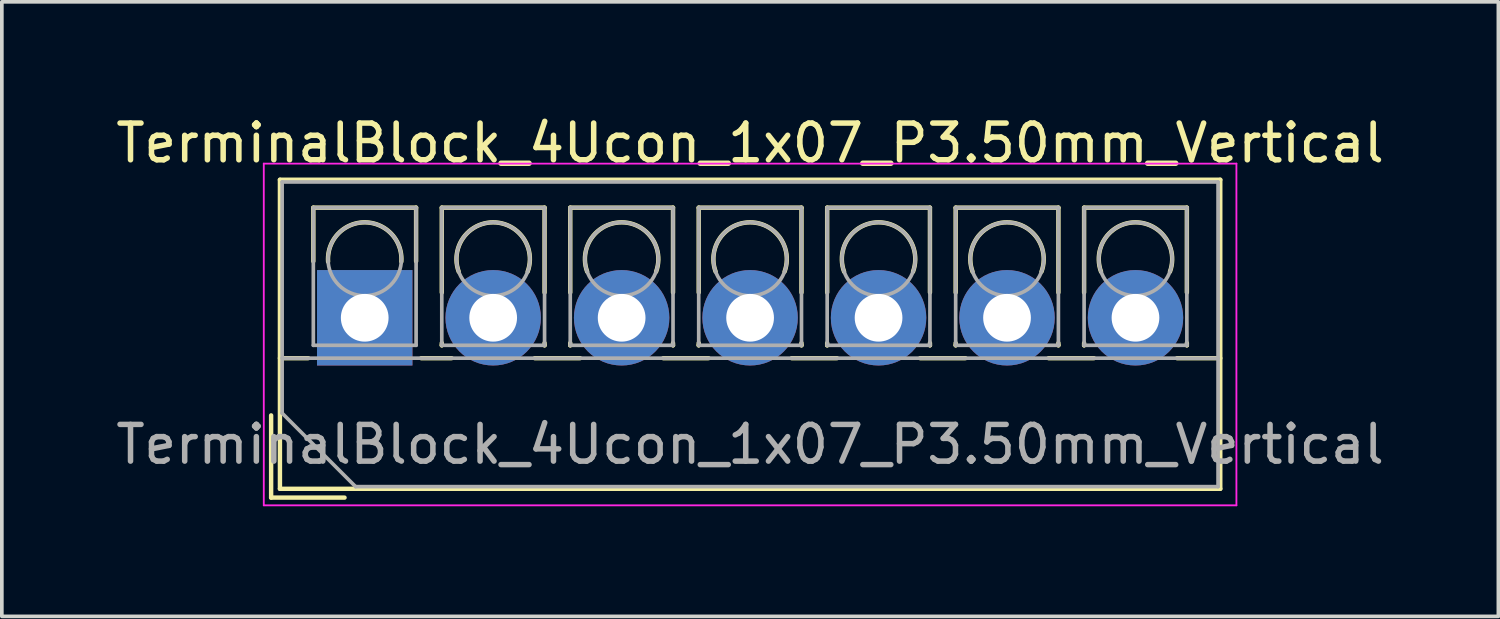
<source format=kicad_pcb>
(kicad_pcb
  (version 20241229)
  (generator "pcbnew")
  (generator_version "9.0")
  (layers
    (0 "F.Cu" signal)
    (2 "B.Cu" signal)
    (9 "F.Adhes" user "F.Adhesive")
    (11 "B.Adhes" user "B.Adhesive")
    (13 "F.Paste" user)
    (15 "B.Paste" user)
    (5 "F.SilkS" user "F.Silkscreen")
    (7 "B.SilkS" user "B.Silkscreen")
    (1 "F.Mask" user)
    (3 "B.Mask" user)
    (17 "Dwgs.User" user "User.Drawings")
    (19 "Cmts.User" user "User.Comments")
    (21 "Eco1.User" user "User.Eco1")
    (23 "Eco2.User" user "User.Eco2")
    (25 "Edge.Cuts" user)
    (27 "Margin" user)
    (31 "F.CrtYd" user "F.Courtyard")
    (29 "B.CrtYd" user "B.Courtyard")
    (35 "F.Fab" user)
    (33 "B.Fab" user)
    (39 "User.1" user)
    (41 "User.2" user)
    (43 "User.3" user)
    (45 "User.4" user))
  (footprint "TerminalBlock_4Ucon_1x07_P3.50mm_Vertical"
    (layer "F.Cu")
    (at 6.887 5.608)
    (property "Reference" "TerminalBlock_4Ucon_1x07_P3.50mm_Vertical" (at 10.5 -4.76 0) (layer "F.SilkS") (effects (font (size 1 1) (thickness 0.15))))
    (attr through_hole)
    (fp_line (start -2.55 2.66) (end -2.55 4.9) (stroke (width 0.12) (type solid)) (layer "F.SilkS"))
    (fp_line (start -2.55 4.9) (end -0.55 4.9) (stroke (width 0.12) (type solid)) (layer "F.SilkS"))
    (fp_line (start -2.31 -3.76) (end -2.31 4.66) (stroke (width 0.12) (type solid)) (layer "F.SilkS"))
    (fp_line (start -2.31 -3.76) (end 23.31 -3.76) (stroke (width 0.12) (type solid)) (layer "F.SilkS"))
    (fp_line (start -2.31 1.101) (end -1.54 1.101) (stroke (width 0.12) (type solid)) (layer "F.SilkS"))
    (fp_line (start -2.31 4.66) (end 23.31 4.66) (stroke (width 0.12) (type solid)) (layer "F.SilkS"))
    (fp_line (start -1.4 -3) (end -1.4 -1.54) (stroke (width 0.12) (type solid)) (layer "F.SilkS"))
    (fp_line (start -1.4 -3) (end 1.4 -3) (stroke (width 0.12) (type solid)) (layer "F.SilkS"))
    (fp_line (start 1.4 -3) (end 1.4 -1.54) (stroke (width 0.12) (type solid)) (layer "F.SilkS"))
    (fp_line (start 1.54 1.101) (end 2.367 1.101) (stroke (width 0.12) (type solid)) (layer "F.SilkS"))
    (fp_line (start 2.1 -3) (end 2.1 -0.689) (stroke (width 0.12) (type solid)) (layer "F.SilkS"))
    (fp_line (start 2.1 -3) (end 4.9 -3) (stroke (width 0.12) (type solid)) (layer "F.SilkS"))
    (fp_line (start 2.1 0.689) (end 2.1 0.75) (stroke (width 0.12) (type solid)) (layer "F.SilkS"))
    (fp_line (start 2.1 0.75) (end 2.101 0.75) (stroke (width 0.12) (type solid)) (layer "F.SilkS"))
    (fp_line (start 4.634 1.101) (end 5.867 1.101) (stroke (width 0.12) (type solid)) (layer "F.SilkS"))
    (fp_line (start 4.9 -3) (end 4.9 -0.689) (stroke (width 0.12) (type solid)) (layer "F.SilkS"))
    (fp_line (start 4.9 0.689) (end 4.9 0.75) (stroke (width 0.12) (type solid)) (layer "F.SilkS"))
    (fp_line (start 4.9 0.75) (end 4.9 0.75) (stroke (width 0.12) (type solid)) (layer "F.SilkS"))
    (fp_line (start 5.6 -3) (end 5.6 -0.689) (stroke (width 0.12) (type solid)) (layer "F.SilkS"))
    (fp_line (start 5.6 -3) (end 8.4 -3) (stroke (width 0.12) (type solid)) (layer "F.SilkS"))
    (fp_line (start 5.6 0.689) (end 5.6 0.75) (stroke (width 0.12) (type solid)) (layer "F.SilkS"))
    (fp_line (start 5.6 0.75) (end 5.601 0.75) (stroke (width 0.12) (type solid)) (layer "F.SilkS"))
    (fp_line (start 8.134 1.101) (end 9.367 1.101) (stroke (width 0.12) (type solid)) (layer "F.SilkS"))
    (fp_line (start 8.4 -3) (end 8.4 -0.689) (stroke (width 0.12) (type solid)) (layer "F.SilkS"))
    (fp_line (start 8.4 0.689) (end 8.4 0.75) (stroke (width 0.12) (type solid)) (layer "F.SilkS"))
    (fp_line (start 8.4 0.75) (end 8.4 0.75) (stroke (width 0.12) (type solid)) (layer "F.SilkS"))
    (fp_line (start 9.1 -3) (end 9.1 -0.689) (stroke (width 0.12) (type solid)) (layer "F.SilkS"))
    (fp_line (start 9.1 -3) (end 11.9 -3) (stroke (width 0.12) (type solid)) (layer "F.SilkS"))
    (fp_line (start 9.1 0.689) (end 9.1 0.75) (stroke (width 0.12) (type solid)) (layer "F.SilkS"))
    (fp_line (start 9.1 0.75) (end 9.101 0.75) (stroke (width 0.12) (type solid)) (layer "F.SilkS"))
    (fp_line (start 11.634 1.101) (end 12.867 1.101) (stroke (width 0.12) (type solid)) (layer "F.SilkS"))
    (fp_line (start 11.9 -3) (end 11.9 -0.689) (stroke (width 0.12) (type solid)) (layer "F.SilkS"))
    (fp_line (start 11.9 0.689) (end 11.9 0.75) (stroke (width 0.12) (type solid)) (layer "F.SilkS"))
    (fp_line (start 11.9 0.75) (end 11.9 0.75) (stroke (width 0.12) (type solid)) (layer "F.SilkS"))
    (fp_line (start 12.6 -3) (end 12.6 -0.689) (stroke (width 0.12) (type solid)) (layer "F.SilkS"))
    (fp_line (start 12.6 -3) (end 15.4 -3) (stroke (width 0.12) (type solid)) (layer "F.SilkS"))
    (fp_line (start 12.6 0.689) (end 12.6 0.75) (stroke (width 0.12) (type solid)) (layer "F.SilkS"))
    (fp_line (start 12.6 0.75) (end 12.601 0.75) (stroke (width 0.12) (type solid)) (layer "F.SilkS"))
    (fp_line (start 15.134 1.101) (end 16.367 1.101) (stroke (width 0.12) (type solid)) (layer "F.SilkS"))
    (fp_line (start 15.4 -3) (end 15.4 -0.689) (stroke (width 0.12) (type solid)) (layer "F.SilkS"))
    (fp_line (start 15.4 0.689) (end 15.4 0.75) (stroke (width 0.12) (type solid)) (layer "F.SilkS"))
    (fp_line (start 15.4 0.75) (end 15.4 0.75) (stroke (width 0.12) (type solid)) (layer "F.SilkS"))
    (fp_line (start 16.101 -3) (end 16.101 -0.689) (stroke (width 0.12) (type solid)) (layer "F.SilkS"))
    (fp_line (start 16.101 -3) (end 18.9 -3) (stroke (width 0.12) (type solid)) (layer "F.SilkS"))
    (fp_line (start 16.101 0.689) (end 16.101 0.75) (stroke (width 0.12) (type solid)) (layer "F.SilkS"))
    (fp_line (start 16.101 0.75) (end 16.101 0.75) (stroke (width 0.12) (type solid)) (layer "F.SilkS"))
    (fp_line (start 18.634 1.101) (end 19.867 1.101) (stroke (width 0.12) (type solid)) (layer "F.SilkS"))
    (fp_line (start 18.9 -3) (end 18.9 -0.689) (stroke (width 0.12) (type solid)) (layer "F.SilkS"))
    (fp_line (start 18.9 0.689) (end 18.9 0.75) (stroke (width 0.12) (type solid)) (layer "F.SilkS"))
    (fp_line (start 18.9 0.75) (end 18.9 0.75) (stroke (width 0.12) (type solid)) (layer "F.SilkS"))
    (fp_line (start 19.6 -3) (end 19.6 -0.689) (stroke (width 0.12) (type solid)) (layer "F.SilkS"))
    (fp_line (start 19.6 -3) (end 22.4 -3) (stroke (width 0.12) (type solid)) (layer "F.SilkS"))
    (fp_line (start 19.6 0.689) (end 19.6 0.75) (stroke (width 0.12) (type solid)) (layer "F.SilkS"))
    (fp_line (start 19.6 0.75) (end 19.601 0.75) (stroke (width 0.12) (type solid)) (layer "F.SilkS"))
    (fp_line (start 22.134 1.101) (end 23.31 1.101) (stroke (width 0.12) (type solid)) (layer "F.SilkS"))
    (fp_line (start 22.4 -3) (end 22.4 -0.689) (stroke (width 0.12) (type solid)) (layer "F.SilkS"))
    (fp_line (start 22.4 0.689) (end 22.4 0.75) (stroke (width 0.12) (type solid)) (layer "F.SilkS"))
    (fp_line (start 22.4 0.75) (end 22.4 0.75) (stroke (width 0.12) (type solid)) (layer "F.SilkS"))
    (fp_line (start 23.31 -3.76) (end 23.31 4.66) (stroke (width 0.12) (type solid)) (layer "F.SilkS"))
    (fp_arc (start -0.99789 -1.529434) (mid -0.000785 -2.600382) (end 0.998 -1.531) (stroke (width 0.12) (type solid)) (layer "F.SilkS"))
    (fp_arc (start 2.560085 -1.257767) (mid 3.499876 -2.600282) (end 4.44 -1.258) (stroke (width 0.12) (type solid)) (layer "F.SilkS"))
    (fp_arc (start 6.060085 -1.257767) (mid 6.999876 -2.600282) (end 7.94 -1.258) (stroke (width 0.12) (type solid)) (layer "F.SilkS"))
    (fp_arc (start 9.560085 -1.257767) (mid 10.499876 -2.600282) (end 11.44 -1.258) (stroke (width 0.12) (type solid)) (layer "F.SilkS"))
    (fp_arc (start 13.060085 -1.257767) (mid 13.999876 -2.600282) (end 14.94 -1.258) (stroke (width 0.12) (type solid)) (layer "F.SilkS"))
    (fp_arc (start 16.560085 -1.257767) (mid 17.499876 -2.600282) (end 18.44 -1.258) (stroke (width 0.12) (type solid)) (layer "F.SilkS"))
    (fp_arc (start 20.060085 -1.257767) (mid 20.999876 -2.600282) (end 21.94 -1.258) (stroke (width 0.12) (type solid)) (layer "F.SilkS"))
    (fp_line (start -2.75 -4.2) (end -2.75 5.11) (stroke (width 0.05) (type solid)) (layer "F.CrtYd"))
    (fp_line (start -2.75 5.11) (end 23.75 5.11) (stroke (width 0.05) (type solid)) (layer "F.CrtYd"))
    (fp_line (start 23.75 -4.2) (end -2.75 -4.2) (stroke (width 0.05) (type solid)) (layer "F.CrtYd"))
    (fp_line (start 23.75 5.11) (end 23.75 -4.2) (stroke (width 0.05) (type solid)) (layer "F.CrtYd"))
    (fp_line (start -2.25 -3.7) (end 23.25 -3.7) (stroke (width 0.1) (type solid)) (layer "F.Fab"))
    (fp_line (start -2.25 1.1) (end 23.25 1.1) (stroke (width 0.1) (type solid)) (layer "F.Fab"))
    (fp_line (start -2.25 2.6) (end -2.25 -3.7) (stroke (width 0.1) (type solid)) (layer "F.Fab"))
    (fp_line (start -1.4 -3) (end -1.4 0.75) (stroke (width 0.1) (type solid)) (layer "F.Fab"))
    (fp_line (start -1.4 0.75) (end 1.4 0.75) (stroke (width 0.1) (type solid)) (layer "F.Fab"))
    (fp_line (start -0.25 4.6) (end -2.25 2.6) (stroke (width 0.1) (type solid)) (layer "F.Fab"))
    (fp_line (start 1.4 -3) (end -1.4 -3) (stroke (width 0.1) (type solid)) (layer "F.Fab"))
    (fp_line (start 1.4 0.75) (end 1.4 -3) (stroke (width 0.1) (type solid)) (layer "F.Fab"))
    (fp_line (start 2.1 -3) (end 2.1 0.75) (stroke (width 0.1) (type solid)) (layer "F.Fab"))
    (fp_line (start 2.1 0.75) (end 4.9 0.75) (stroke (width 0.1) (type solid)) (layer "F.Fab"))
    (fp_line (start 4.9 -3) (end 2.1 -3) (stroke (width 0.1) (type solid)) (layer "F.Fab"))
    (fp_line (start 4.9 0.75) (end 4.9 -3) (stroke (width 0.1) (type solid)) (layer "F.Fab"))
    (fp_line (start 5.6 -3) (end 5.6 0.75) (stroke (width 0.1) (type solid)) (layer "F.Fab"))
    (fp_line (start 5.6 0.75) (end 8.4 0.75) (stroke (width 0.1) (type solid)) (layer "F.Fab"))
    (fp_line (start 8.4 -3) (end 5.6 -3) (stroke (width 0.1) (type solid)) (layer "F.Fab"))
    (fp_line (start 8.4 0.75) (end 8.4 -3) (stroke (width 0.1) (type solid)) (layer "F.Fab"))
    (fp_line (start 9.1 -3) (end 9.1 0.75) (stroke (width 0.1) (type solid)) (layer "F.Fab"))
    (fp_line (start 9.1 0.75) (end 11.9 0.75) (stroke (width 0.1) (type solid)) (layer "F.Fab"))
    (fp_line (start 11.9 -3) (end 9.1 -3) (stroke (width 0.1) (type solid)) (layer "F.Fab"))
    (fp_line (start 11.9 0.75) (end 11.9 -3) (stroke (width 0.1) (type solid)) (layer "F.Fab"))
    (fp_line (start 12.6 -3) (end 12.6 0.75) (stroke (width 0.1) (type solid)) (layer "F.Fab"))
    (fp_line (start 12.6 0.75) (end 15.4 0.75) (stroke (width 0.1) (type solid)) (layer "F.Fab"))
    (fp_line (start 15.4 -3) (end 12.6 -3) (stroke (width 0.1) (type solid)) (layer "F.Fab"))
    (fp_line (start 15.4 0.75) (end 15.4 -3) (stroke (width 0.1) (type solid)) (layer "F.Fab"))
    (fp_line (start 16.101 -3) (end 16.101 0.75) (stroke (width 0.1) (type solid)) (layer "F.Fab"))
    (fp_line (start 16.101 0.75) (end 18.9 0.75) (stroke (width 0.1) (type solid)) (layer "F.Fab"))
    (fp_line (start 18.9 -3) (end 16.101 -3) (stroke (width 0.1) (type solid)) (layer "F.Fab"))
    (fp_line (start 18.9 0.75) (end 18.9 -3) (stroke (width 0.1) (type solid)) (layer "F.Fab"))
    (fp_line (start 19.6 -3) (end 19.6 0.75) (stroke (width 0.1) (type solid)) (layer "F.Fab"))
    (fp_line (start 19.6 0.75) (end 22.4 0.75) (stroke (width 0.1) (type solid)) (layer "F.Fab"))
    (fp_line (start 22.4 -3) (end 19.6 -3) (stroke (width 0.1) (type solid)) (layer "F.Fab"))
    (fp_line (start 22.4 0.75) (end 22.4 -3) (stroke (width 0.1) (type solid)) (layer "F.Fab"))
    (fp_line (start 23.25 -3.7) (end 23.25 4.6) (stroke (width 0.1) (type solid)) (layer "F.Fab"))
    (fp_line (start 23.25 4.6) (end -0.25 4.6) (stroke (width 0.1) (type solid)) (layer "F.Fab"))
    (fp_circle (center 0 -1.6) (end 1 -1.6) (stroke (width 0.1) (type solid)) (fill no) (layer "F.Fab"))
    (fp_circle (center 3.5 -1.6) (end 4.5 -1.6) (stroke (width 0.1) (type solid)) (fill no) (layer "F.Fab"))
    (fp_circle (center 7 -1.6) (end 8 -1.6) (stroke (width 0.1) (type solid)) (fill no) (layer "F.Fab"))
    (fp_circle (center 10.5 -1.6) (end 11.5 -1.6) (stroke (width 0.1) (type solid)) (fill no) (layer "F.Fab"))
    (fp_circle (center 14 -1.6) (end 15 -1.6) (stroke (width 0.1) (type solid)) (fill no) (layer "F.Fab"))
    (fp_circle (center 17.5 -1.6) (end 18.5 -1.6) (stroke (width 0.1) (type solid)) (fill no) (layer "F.Fab"))
    (fp_circle (center 21 -1.6) (end 22 -1.6) (stroke (width 0.1) (type solid)) (fill no) (layer "F.Fab"))
    (fp_text user "${REFERENCE}" (at 10.5 3.45 0) (layer "F.Fab") (effects (font (size 1 1) (thickness 0.15))))
    (pad "1" thru_hole rect (at 0 0) (size 2.6 2.6) (drill 1.3) (layers "*.Cu" "*.Mask"))
    (pad "2" thru_hole circle (at 3.5 0) (size 2.6 2.6) (drill 1.3) (layers "*.Cu" "*.Mask"))
    (pad "3" thru_hole circle (at 7 0) (size 2.6 2.6) (drill 1.3) (layers "*.Cu" "*.Mask"))
    (pad "4" thru_hole circle (at 10.5 0) (size 2.6 2.6) (drill 1.3) (layers "*.Cu" "*.Mask"))
    (pad "5" thru_hole circle (at 14 0) (size 2.6 2.6) (drill 1.3) (layers "*.Cu" "*.Mask"))
    (pad "6" thru_hole circle (at 17.5 0) (size 2.6 2.6) (drill 1.3) (layers "*.Cu" "*.Mask"))
    (pad "7" thru_hole circle (at 21 0) (size 2.6 2.6) (drill 1.3) (layers "*.Cu" "*.Mask")))
  (gr_rect
    (start -3 -3)
    (end 37.774 13.743)
    (stroke (width 0.1) (type default))
    (fill no)
    (layer "Edge.Cuts")))
</source>
